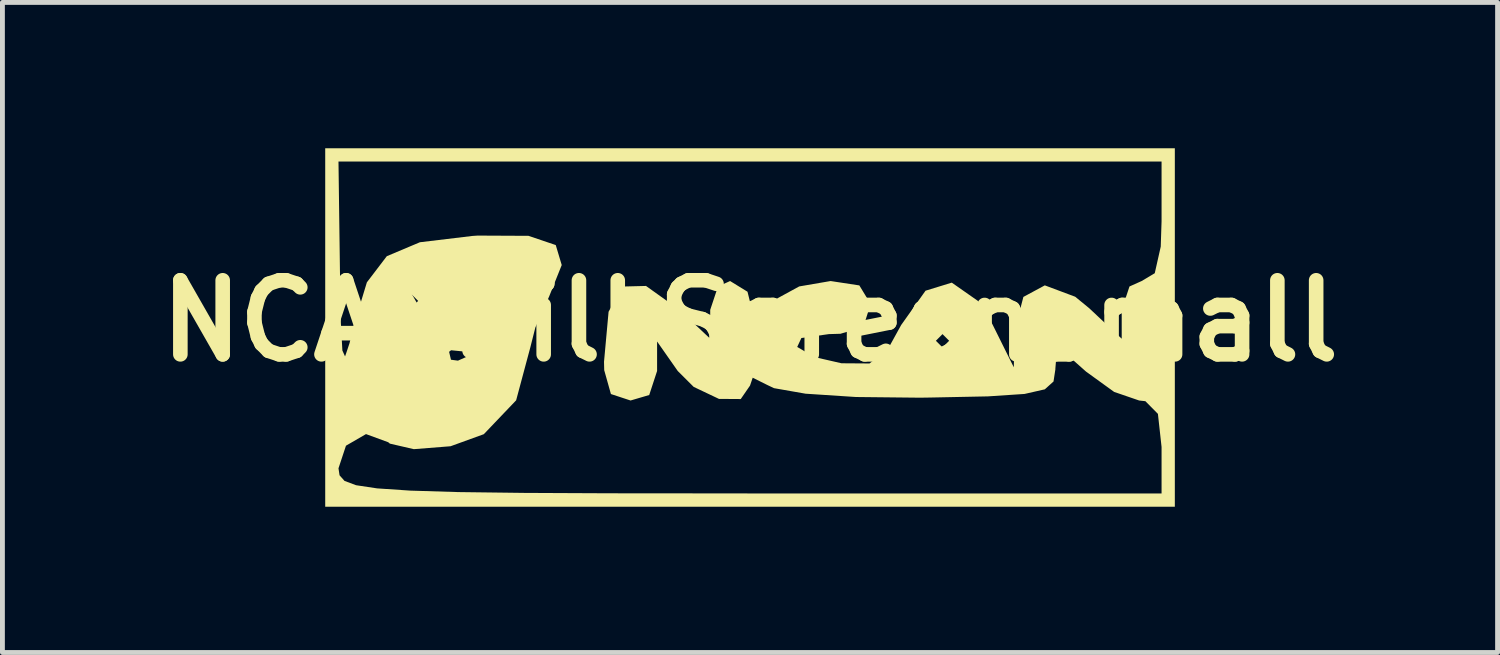
<source format=kicad_pcb>
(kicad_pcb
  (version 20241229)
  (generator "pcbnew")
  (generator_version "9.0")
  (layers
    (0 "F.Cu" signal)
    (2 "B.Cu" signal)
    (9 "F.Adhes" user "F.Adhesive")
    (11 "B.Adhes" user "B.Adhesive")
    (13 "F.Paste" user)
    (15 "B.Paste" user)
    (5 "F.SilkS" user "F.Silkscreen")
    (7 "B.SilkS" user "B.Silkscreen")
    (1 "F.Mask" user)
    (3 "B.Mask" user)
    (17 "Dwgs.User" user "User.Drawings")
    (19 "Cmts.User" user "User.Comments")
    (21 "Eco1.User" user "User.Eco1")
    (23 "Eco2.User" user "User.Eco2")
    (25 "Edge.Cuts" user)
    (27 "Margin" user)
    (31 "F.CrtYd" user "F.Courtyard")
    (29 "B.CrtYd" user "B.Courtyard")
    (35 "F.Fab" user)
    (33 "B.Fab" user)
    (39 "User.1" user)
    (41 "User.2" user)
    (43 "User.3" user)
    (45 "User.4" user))
  (footprint "NCANSilkScreensmall"
    (layer "F.Cu")
    (at 12.381 3.551)
    (property "Reference" "NCANSilkScreensmall" (at 0 0 0) (layer "F.SilkS") (effects (font (size 1.524 1.524) (thickness 0.3))))
    (attr through_hole)
    (fp_poly (pts (xy 8.74 3.824) (xy -8.74 3.824) (xy -8.74 -3.277) (xy -8.467 -3.277) (xy -8.437 -1.024) (xy -8.418 0.041) (xy -8.387 0.61) (xy -8.332 0.732) (xy -8.299 0.637) (xy -6.191 0.637) (xy -6.153 0.8) (xy -6.009 0.819) (xy -5.784 0.719) (xy -5.827 0.637) (xy -6.151 0.605) (xy -6.191 0.637) (xy -8.299 0.637) (xy -8.239 0.457) (xy -8.153 0.092) (xy -7.999 -0.41) (xy -7.101 -0.41) (xy -6.965 -0.273) (xy -6.828 -0.41) (xy -6.965 -0.546) (xy -7.101 -0.41) (xy -7.999 -0.41) (xy -7.883 -0.792) (xy -7.473 -1.33) (xy -6.792 -1.617) (xy -5.71 -1.747) (xy -5.602 -1.754) (xy -4.558 -1.749) (xy -3.997 -1.559) (xy -3.874 -1.148) (xy -4.134 -0.499) (xy -4.417 0.138) (xy -4.52 0.546) (xy -4.812 1.635) (xy -5.477 2.332) (xy -6.161 2.58) (xy -6.917 2.64) (xy -7.41 2.526) (xy -7.443 2.498) (xy -7.901 2.33) (xy -8.313 2.569) (xy -8.467 3.034) (xy -8.445 3.178) (xy -8.343 3.293) (xy -8.105 3.382) (xy -7.672 3.447) (xy -6.99 3.493) (xy -6.002 3.523) (xy -4.65 3.54) (xy -2.88 3.548) (xy -0.633 3.55) (xy 0 3.551) (xy 8.467 3.551) (xy 8.467 2.595) (xy 8.392 1.914) (xy 8.134 1.653) (xy 8.006 1.639) (xy 7.491 1.462) (xy 6.914 1.045) (xy 6.478 0.658) (xy 6.31 0.64) (xy 6.282 0.983) (xy 6.282 1) (xy 6.244 1.248) (xy 6.065 1.409) (xy 5.648 1.504) (xy 4.895 1.554) (xy 3.707 1.578) (xy 3.495 1.581) (xy 2.18 1.567) (xy 1.143 1.499) (xy 0.493 1.385) (xy 0.354 1.319) (xy 0.055 1.17) (xy 0 1.332) (xy -0.191 1.609) (xy -0.639 1.606) (xy -1.159 1.359) (xy -1.487 1.032) (xy -1.912 0.425) (xy -1.912 1.032) (xy -2.074 1.526) (xy -2.458 1.639) (xy -2.862 1.506) (xy -3 1.015) (xy -3.004 0.842) (xy -2.91 -0.187) (xy -2.624 -0.706) (xy -2.14 -0.718) (xy -1.454 -0.228) (xy -1.451 -0.226) (xy -0.819 0.368) (xy -0.819 -0.226) (xy -0.659 -0.707) (xy -0.41 -0.819) (xy -0.052 -0.599) (xy 0 -0.39) (xy 0.043 -0.106) (xy 0.262 -0.227) (xy 0.429 -0.39) (xy 1.012 -0.708) (xy 1.658 -0.819) (xy 2.249 -0.729) (xy 2.452 -0.395) (xy 2.458 -0.273) (xy 2.332 0.124) (xy 1.861 0.266) (xy 1.623 0.273) (xy 1.057 0.353) (xy 0.971 0.537) (xy 1.328 0.746) (xy 1.882 0.873) (xy 2.459 0.877) (xy 2.835 0.583) (xy 2.931 0.41) (xy 3.824 0.41) (xy 3.96 0.546) (xy 4.097 0.41) (xy 3.96 0.273) (xy 3.824 0.41) (xy 2.931 0.41) (xy 3.11 0.085) (xy 3.611 -0.62) (xy 4.151 -0.786) (xy 4.687 -0.411) (xy 4.986 0.068) (xy 5.427 0.956) (xy 5.445 0.196) (xy 5.624 -0.492) (xy 6.065 -0.73) (xy 6.69 -0.496) (xy 6.978 -0.26) (xy 7.647 0.368) (xy 7.647 -0.226) (xy 7.807 -0.707) (xy 8.057 -0.819) (xy 8.327 -0.98) (xy 8.45 -1.527) (xy 8.467 -2.048) (xy 8.467 -3.277) (xy -8.467 -3.277) (xy -8.74 -3.277) (xy -8.74 -3.551) (xy 8.74 -3.551)) (stroke (width 0) (type solid)) (fill yes) (layer "F.SilkS")))
  (gr_rect
    (start -3 -3)
    (end 27.761 10.374)
    (stroke (width 0.1) (type default))
    (fill no)
    (layer "Edge.Cuts")))
</source>
